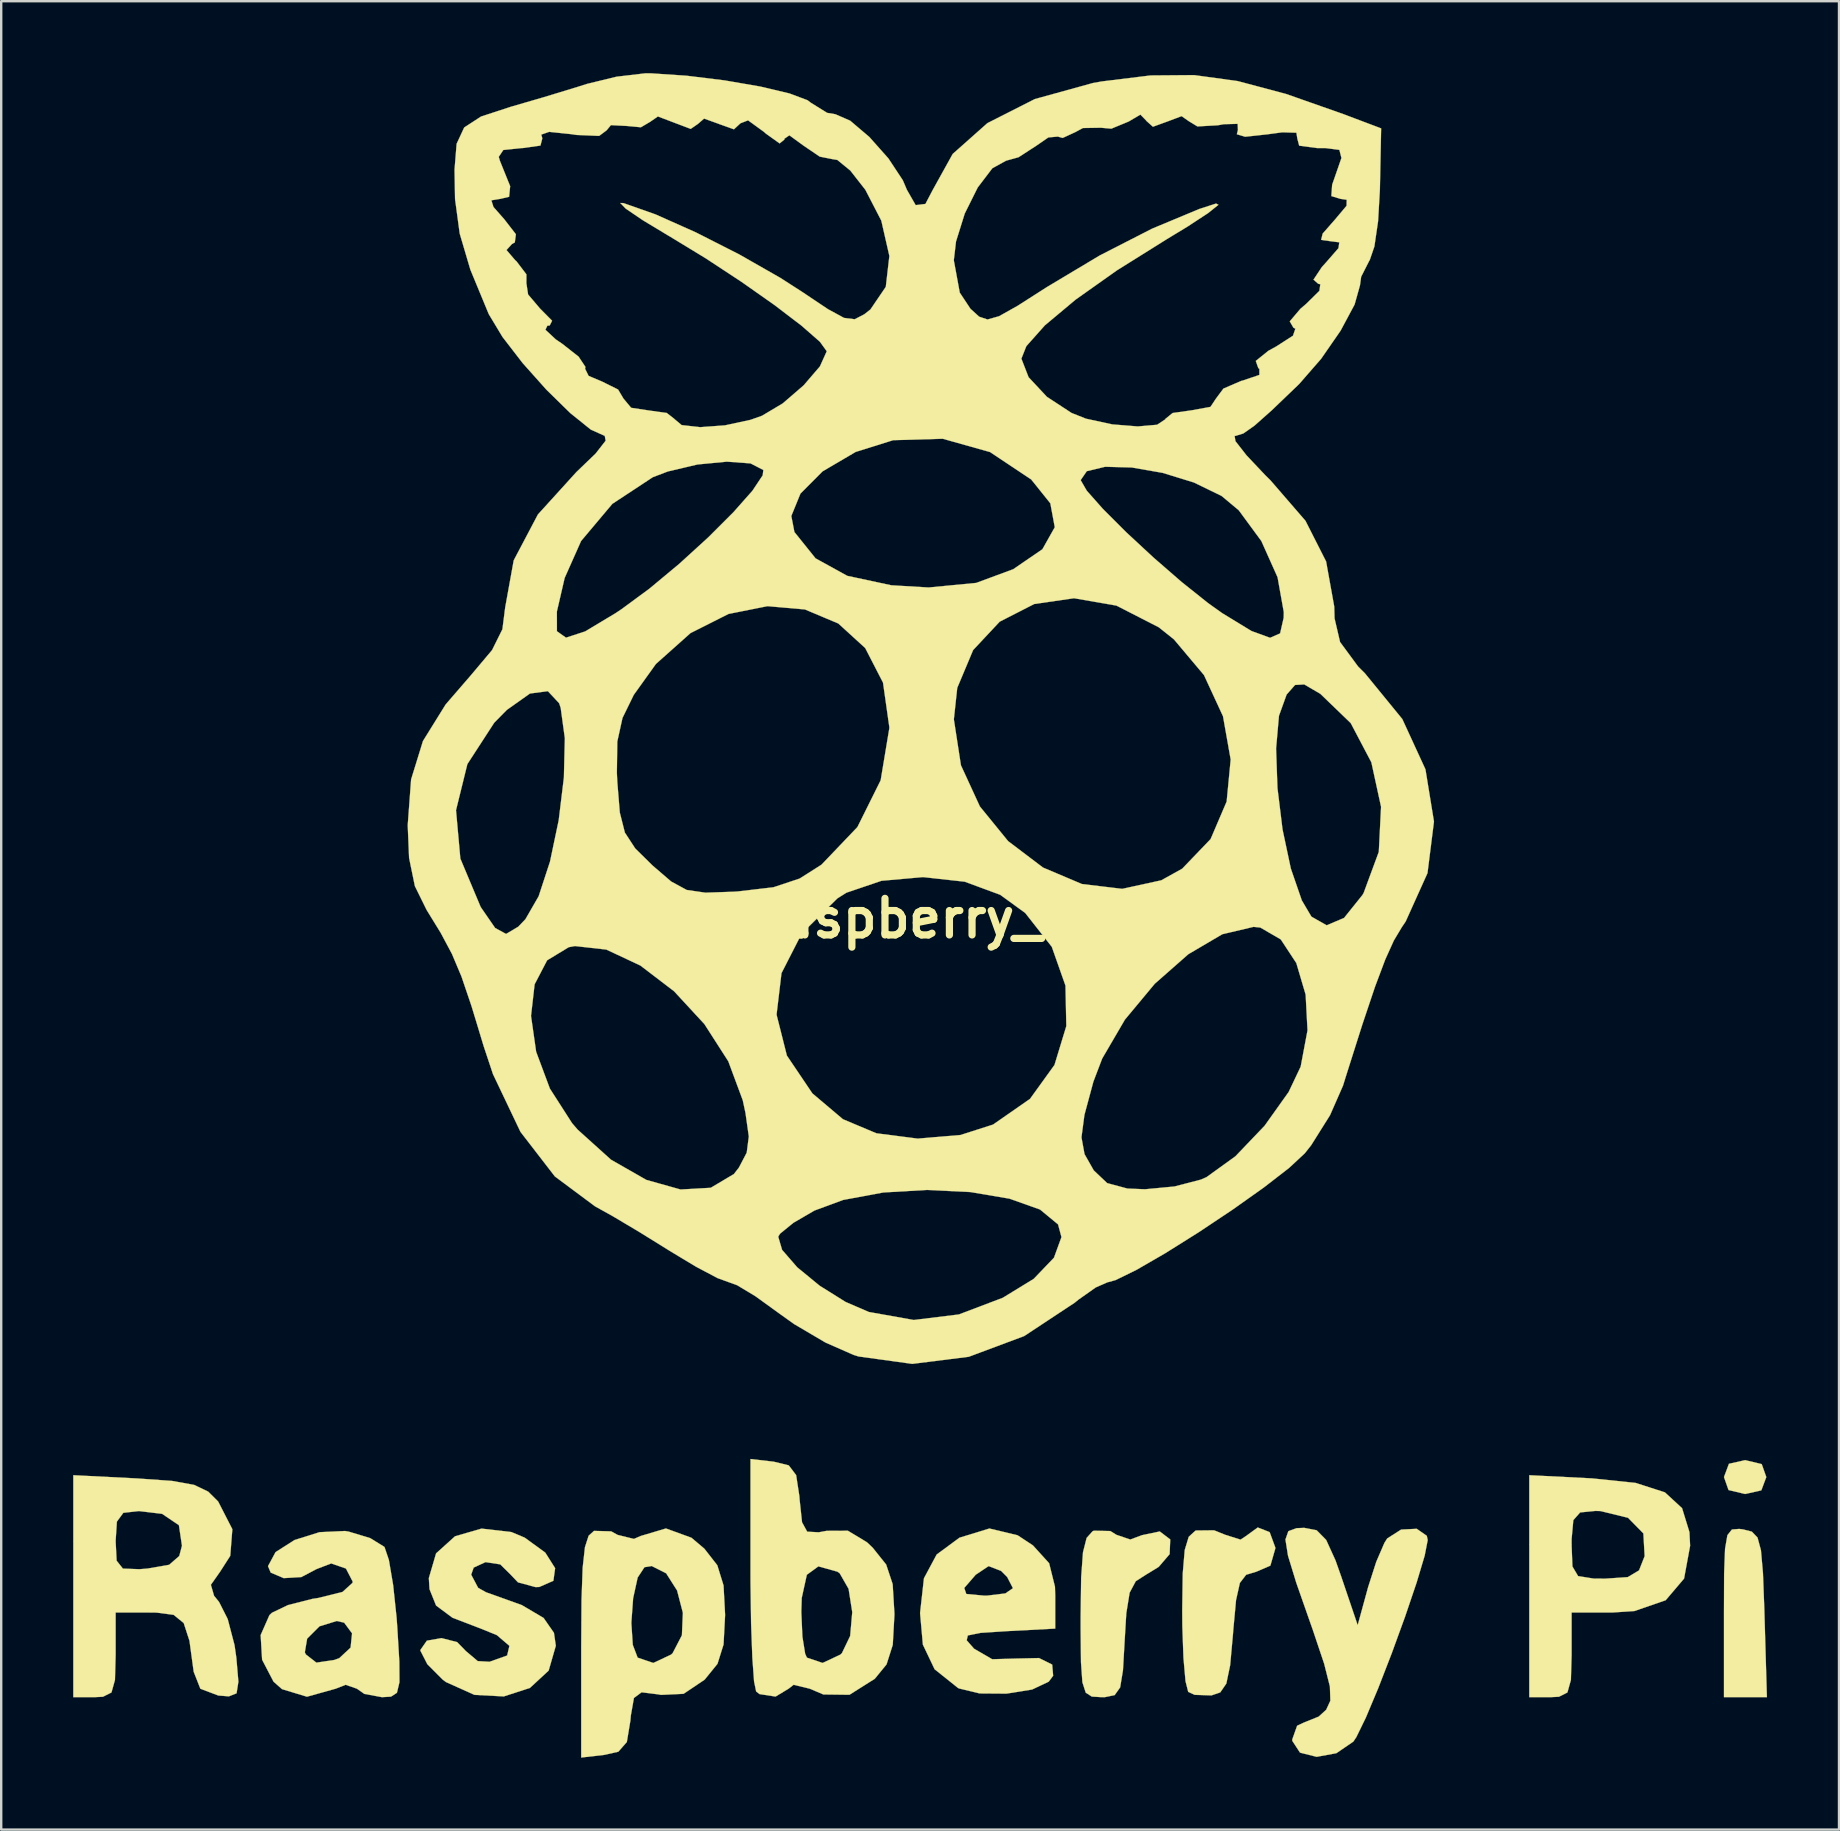
<source format=kicad_pcb>
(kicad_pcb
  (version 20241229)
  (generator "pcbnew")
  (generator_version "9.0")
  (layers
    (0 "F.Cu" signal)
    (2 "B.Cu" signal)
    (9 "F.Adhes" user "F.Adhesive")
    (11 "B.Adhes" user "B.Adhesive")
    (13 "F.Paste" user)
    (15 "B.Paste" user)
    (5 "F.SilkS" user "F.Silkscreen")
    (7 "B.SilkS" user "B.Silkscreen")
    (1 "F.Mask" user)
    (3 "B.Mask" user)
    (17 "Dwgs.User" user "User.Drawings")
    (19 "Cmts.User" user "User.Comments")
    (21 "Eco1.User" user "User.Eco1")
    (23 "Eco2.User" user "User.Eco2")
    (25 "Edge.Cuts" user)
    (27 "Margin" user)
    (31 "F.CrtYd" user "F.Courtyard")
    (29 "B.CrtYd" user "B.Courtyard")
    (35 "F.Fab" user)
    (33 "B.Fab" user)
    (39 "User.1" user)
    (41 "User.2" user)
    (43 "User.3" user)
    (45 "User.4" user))
  (footprint "Raspberry_Pi"
    (layer "F.Cu")
    (at 35.283 35.224)
    (property "Reference" "Raspberry_Pi" (at 0 0 0) (layer "F.SilkS") (effects (font (size 1.524 1.524) (thickness 0.3))))
    (attr through_hole)
    (fp_poly (pts (xy 35.087 22.743) (xy 35.278 23.283) (xy 35.071 23.837) (xy 34.396 23.989) (xy 33.704 23.824) (xy 33.514 23.283) (xy 33.721 22.73) (xy 34.396 22.578) (xy 35.087 22.743)) (stroke (width 0.01) (type solid)) (fill yes) (layer "F.SilkS"))
    (fp_poly (pts (xy 34.308 25.464) (xy 34.674 25.557) (xy 34.912 25.803) (xy 35.055 26.334) (xy 35.139 27.287) (xy 35.196 28.794) (xy 35.202 29.016) (xy 35.303 32.456) (xy 33.514 32.456) (xy 33.514 28.903) (xy 33.52 27.297) (xy 33.559 26.271) (xy 33.657 25.704) (xy 33.845 25.469) (xy 34.151 25.444) (xy 34.308 25.464)) (stroke (width 0.01) (type solid)) (fill yes) (layer "F.SilkS"))
    (fp_poly (pts (xy 7.942 25.533) (xy 8.192 25.689) (xy 8.771 25.886) (xy 9.264 25.704) (xy 10 25.55) (xy 10.437 25.882) (xy 10.412 26.495) (xy 9.956 27.027) (xy 9.43 27.348) (xy 9 27.624) (xy 8.745 28.101) (xy 8.606 28.957) (xy 8.539 30.074) (xy 8.467 31.337) (xy 8.349 32.05) (xy 8.12 32.371) (xy 7.718 32.454) (xy 7.569 32.456) (xy 7.168 32.431) (xy 6.915 32.268) (xy 6.776 31.835) (xy 6.717 31.001) (xy 6.703 29.633) (xy 6.703 29.093) (xy 6.724 27.467) (xy 6.801 26.418) (xy 6.953 25.819) (xy 7.199 25.544) (xy 7.256 25.518) (xy 7.942 25.533)) (stroke (width 0.01) (type solid)) (fill yes) (layer "F.SilkS"))
    (fp_poly (pts (xy 14.58 25.578) (xy 14.816 26.22) (xy 14.817 26.257) (xy 14.61 26.974) (xy 14.023 27.228) (xy 13.6 27.355) (xy 13.339 27.695) (xy 13.18 28.406) (xy 13.065 29.646) (xy 13.053 29.81) (xy 12.934 31.124) (xy 12.775 31.888) (xy 12.522 32.257) (xy 12.156 32.382) (xy 11.455 32.359) (xy 11.186 32.235) (xy 11.074 31.792) (xy 10.988 30.818) (xy 10.941 29.492) (xy 10.936 28.858) (xy 10.958 27.306) (xy 11.041 26.323) (xy 11.207 25.774) (xy 11.48 25.523) (xy 11.512 25.51) (xy 12.264 25.502) (xy 12.73 25.69) (xy 13.367 25.891) (xy 13.586 25.746) (xy 14.085 25.384) (xy 14.58 25.578)) (stroke (width 0.01) (type solid)) (fill yes) (layer "F.SilkS"))
    (fp_poly (pts (xy 28.015 23.338) (xy 29.832 23.527) (xy 31.052 23.92) (xy 31.768 24.58) (xy 32.074 25.574) (xy 32.103 26.146) (xy 31.851 27.514) (xy 31.085 28.416) (xy 29.784 28.866) (xy 28.861 28.928) (xy 27.164 28.928) (xy 27.164 30.692) (xy 27.135 31.739) (xy 26.989 32.261) (xy 26.636 32.439) (xy 26.282 32.456) (xy 25.4 32.456) (xy 25.4 26.106) (xy 27.164 26.106) (xy 27.198 27.009) (xy 27.435 27.41) (xy 28.079 27.513) (xy 28.568 27.517) (xy 29.503 27.453) (xy 29.974 27.172) (xy 30.208 26.58) (xy 30.155 25.631) (xy 29.515 24.98) (xy 28.369 24.7) (xy 28.155 24.694) (xy 27.519 24.757) (xy 27.236 25.079) (xy 27.165 25.861) (xy 27.164 26.106) (xy 25.4 26.106) (xy 25.4 23.206) (xy 28.015 23.338)) (stroke (width 0.01) (type solid)) (fill yes) (layer "F.SilkS"))
    (fp_poly (pts (xy 16.539 25.5) (xy 16.935 25.902) (xy 17.325 26.758) (xy 17.562 27.428) (xy 18.249 29.457) (xy 18.684 27.869) (xy 19.022 26.817) (xy 19.364 26.024) (xy 19.48 25.841) (xy 20.059 25.472) (xy 20.709 25.439) (xy 21.129 25.731) (xy 21.167 25.909) (xy 21.041 26.558) (xy 20.706 27.677) (xy 20.228 29.089) (xy 19.672 30.617) (xy 19.104 32.083) (xy 18.588 33.311) (xy 18.191 34.124) (xy 18.068 34.308) (xy 17.361 34.791) (xy 16.539 34.942) (xy 15.846 34.768) (xy 15.525 34.278) (xy 15.522 34.219) (xy 15.725 33.647) (xy 16.008 33.514) (xy 16.625 33.265) (xy 16.937 32.98) (xy 17.11 32.604) (xy 17.091 32.012) (xy 16.853 31.066) (xy 16.371 29.63) (xy 16.275 29.358) (xy 15.689 27.686) (xy 15.346 26.565) (xy 15.238 25.885) (xy 15.36 25.538) (xy 15.703 25.413) (xy 16.022 25.4) (xy 16.539 25.5)) (stroke (width 0.01) (type solid)) (fill yes) (layer "F.SilkS"))
    (fp_poly (pts (xy 4.075 25.709) (xy 4.715 26.131) (xy 5.39 26.875) (xy 5.633 27.852) (xy 5.644 28.23) (xy 5.644 29.598) (xy 3.638 29.704) (xy 2.524 29.777) (xy 2.001 29.884) (xy 1.954 30.086) (xy 2.262 30.437) (xy 3.017 30.875) (xy 4.051 30.846) (xy 4.969 30.826) (xy 5.517 31.098) (xy 5.557 31.563) (xy 5.374 31.809) (xy 4.682 32.137) (xy 3.615 32.308) (xy 2.492 32.3) (xy 1.632 32.092) (xy 1.587 32.068) (xy 0.618 31.294) (xy 0.128 30.266) (xy 0.011 28.949) (xy 0.128 27.905) (xy 1.852 27.905) (xy 1.938 28.156) (xy 2.654 28.222) (xy 2.822 28.222) (xy 3.565 28.132) (xy 3.88 27.916) (xy 3.881 27.913) (xy 3.64 27.447) (xy 3.389 27.195) (xy 2.868 26.994) (xy 2.33 27.353) (xy 1.852 27.905) (xy 0.128 27.905) (xy 0.173 27.501) (xy 0.702 26.512) (xy 1.653 25.81) (xy 2.9 25.427) (xy 4.075 25.709)) (stroke (width 0.01) (type solid)) (fill yes) (layer "F.SilkS"))
    (fp_poly (pts (xy -17.019 25.575) (xy -16.469 25.806) (xy -15.609 26.431) (xy -15.198 27.08) (xy -15.27 27.605) (xy -15.856 27.863) (xy -16.014 27.869) (xy -16.745 27.672) (xy -17.061 27.34) (xy -17.484 26.922) (xy -18.1 26.828) (xy -18.592 27.055) (xy -18.697 27.351) (xy -18.406 27.9) (xy -18.08 28.083) (xy -16.585 28.619) (xy -15.678 29.155) (xy -15.247 29.775) (xy -15.169 30.313) (xy -15.468 31.349) (xy -16.248 32.07) (xy -17.337 32.425) (xy -18.561 32.36) (xy -19.748 31.826) (xy -19.884 31.724) (xy -20.524 31.082) (xy -20.813 30.518) (xy -20.814 30.49) (xy -20.543 30.101) (xy -19.931 29.995) (xy -19.281 30.162) (xy -18.913 30.54) (xy -18.423 30.953) (xy -17.933 30.981) (xy -17.198 30.72) (xy -17.103 30.317) (xy -17.626 29.871) (xy -18.238 29.621) (xy -19.475 29.146) (xy -20.159 28.638) (xy -20.433 27.956) (xy -20.461 27.493) (xy -20.159 26.463) (xy -19.369 25.751) (xy -18.264 25.431) (xy -17.019 25.575)) (stroke (width 0.01) (type solid)) (fill yes) (layer "F.SilkS"))
    (fp_poly (pts (xy -32.594 23.342) (xy -31.16 23.444) (xy -30.244 23.609) (xy -29.656 23.89) (xy -29.242 24.301) (xy -28.65 25.456) (xy -28.737 26.565) (xy -29.159 27.224) (xy -29.545 27.773) (xy -29.412 28.231) (xy -29.204 28.487) (xy -28.843 29.201) (xy -28.559 30.287) (xy -28.485 30.799) (xy -28.398 31.812) (xy -28.474 32.295) (xy -28.794 32.422) (xy -29.234 32.387) (xy -29.982 32.106) (xy -30.261 31.397) (xy -30.437 30.106) (xy -30.678 29.366) (xy -31.098 29.025) (xy -31.812 28.931) (xy -32.109 28.928) (xy -33.514 28.928) (xy -33.514 30.692) (xy -33.542 31.739) (xy -33.688 32.261) (xy -34.042 32.439) (xy -34.396 32.456) (xy -35.278 32.456) (xy -35.278 25.95) (xy -33.514 25.95) (xy -33.473 26.768) (xy -33.212 27.098) (xy -32.522 27.123) (xy -32.191 27.097) (xy -31.282 26.939) (xy -30.862 26.572) (xy -30.749 26.145) (xy -30.877 25.289) (xy -31.577 24.816) (xy -32.544 24.7) (xy -33.193 24.773) (xy -33.462 25.14) (xy -33.514 25.95) (xy -35.278 25.95) (xy -35.278 23.206) (xy -32.594 23.342)) (stroke (width 0.01) (type solid)) (fill yes) (layer "F.SilkS"))
    (fp_poly (pts (xy -9.517 25.812) (xy -8.98 26.266) (xy -8.439 26.959) (xy -8.179 27.801) (xy -8.114 29.027) (xy -8.179 30.261) (xy -8.431 31.066) (xy -8.956 31.713) (xy -8.981 31.736) (xy -9.844 32.316) (xy -10.785 32.361) (xy -10.9 32.339) (xy -11.595 32.253) (xy -11.914 32.49) (xy -12.043 33.223) (xy -12.062 33.439) (xy -12.209 34.324) (xy -12.563 34.729) (xy -13.141 34.86) (xy -14.111 34.972) (xy -14.111 30.351) (xy -14.104 29.358) (xy -12.022 29.358) (xy -11.962 30.277) (xy -11.759 30.809) (xy -11.106 31.03) (xy -10.367 30.683) (xy -10.301 30.621) (xy -9.914 29.876) (xy -9.874 28.939) (xy -10.115 28.011) (xy -10.57 27.295) (xy -11.174 26.99) (xy -11.475 27.04) (xy -11.758 27.47) (xy -11.947 28.332) (xy -12.022 29.358) (xy -14.104 29.358) (xy -14.098 28.408) (xy -14.05 27.061) (xy -13.955 26.204) (xy -13.802 25.728) (xy -13.578 25.526) (xy -13.577 25.526) (xy -12.86 25.546) (xy -12.595 25.693) (xy -11.914 25.861) (xy -11.63 25.738) (xy -10.58 25.425) (xy -9.517 25.812)) (stroke (width 0.01) (type solid)) (fill yes) (layer "F.SilkS"))
    (fp_poly (pts (xy -6.085 22.643) (xy -5.462 22.795) (xy -5.154 23.201) (xy -5.02 24.073) (xy -5.007 24.241) (xy -4.908 25.168) (xy -4.693 25.559) (xy -4.213 25.585) (xy -3.884 25.524) (xy -2.997 25.52) (xy -2.201 26.001) (xy -1.964 26.226) (xy -1.402 26.928) (xy -1.131 27.746) (xy -1.058 28.966) (xy -1.058 29.027) (xy -1.127 30.277) (xy -1.386 31.09) (xy -1.875 31.689) (xy -2.931 32.356) (xy -4.02 32.343) (xy -4.588 32.102) (xy -5.259 31.94) (xy -5.467 32.102) (xy -6.012 32.431) (xy -6.679 32.328) (xy -6.82 32.22) (xy -6.907 31.799) (xy -6.979 30.809) (xy -7.031 29.39) (xy -7.038 28.898) (xy -4.939 28.898) (xy -4.893 29.934) (xy -4.777 30.652) (xy -4.704 30.809) (xy -4.051 31.03) (xy -3.311 30.683) (xy -3.246 30.621) (xy -2.902 29.905) (xy -2.815 28.912) (xy -2.968 27.941) (xy -3.342 27.288) (xy -3.44 27.224) (xy -4.227 27.005) (xy -4.708 27.355) (xy -4.92 28.318) (xy -4.939 28.898) (xy -7.038 28.898) (xy -7.055 27.678) (xy -7.056 27.258) (xy -7.056 22.531) (xy -6.085 22.643)) (stroke (width 0.01) (type solid)) (fill yes) (layer "F.SilkS"))
    (fp_poly (pts (xy -23.805 25.555) (xy -22.904 25.828) (xy -22.319 26.189) (xy -22.307 26.203) (xy -22.126 26.739) (xy -21.949 27.782) (xy -21.806 29.134) (xy -21.776 29.545) (xy -21.691 30.97) (xy -21.686 31.832) (xy -21.791 32.273) (xy -22.038 32.434) (xy -22.414 32.456) (xy -23.148 32.32) (xy -23.46 32.102) (xy -23.929 31.94) (xy -24.34 32.102) (xy -25.54 32.437) (xy -26.581 32.121) (xy -26.933 31.81) (xy -27.41 30.895) (xy -27.428 30.586) (xy -25.629 30.586) (xy -25.586 30.676) (xy -25.147 31.017) (xy -24.4 30.905) (xy -24.194 30.83) (xy -23.722 30.39) (xy -23.661 29.796) (xy -23.99 29.351) (xy -24.298 29.281) (xy -25.018 29.503) (xy -25.533 30.016) (xy -25.629 30.586) (xy -27.428 30.586) (xy -27.47 29.868) (xy -27.104 29.037) (xy -27.001 28.939) (xy -26.331 28.618) (xy -25.317 28.36) (xy -25.061 28.32) (xy -24.058 28.07) (xy -23.642 27.691) (xy -23.636 27.636) (xy -23.916 27.095) (xy -24.531 26.883) (xy -25.141 27.117) (xy -25.141 27.117) (xy -25.775 27.451) (xy -26.508 27.495) (xy -27.051 27.265) (xy -27.164 26.997) (xy -26.849 26.411) (xy -26.057 25.906) (xy -25.016 25.58) (xy -23.954 25.531) (xy -23.805 25.555)) (stroke (width 0.01) (type solid)) (fill yes) (layer "F.SilkS"))
    (fp_poly (pts (xy -9.718 -35.118) (xy -8.131 -34.923) (xy -6.642 -34.666) (xy -5.431 -34.379) (xy -4.677 -34.096) (xy -4.546 -33.995) (xy -3.863 -33.571) (xy -3.521 -33.514) (xy -2.901 -33.244) (xy -2.102 -32.565) (xy -1.309 -31.672) (xy -0.707 -30.76) (xy -0.537 -30.362) (xy -0.172 -29.725) (xy 0.234 -29.775) (xy 0.53 -30.341) (xy 1.371 -31.858) (xy 2.818 -33.143) (xy 4.793 -34.145) (xy 7.222 -34.816) (xy 7.599 -34.882) (xy 9.619 -35.13) (xy 11.432 -35.144) (xy 13.244 -34.896) (xy 15.262 -34.359) (xy 17.639 -33.523) (xy 19.226 -32.924) (xy 19.174 -30.362) (xy 19.098 -29.05) (xy 18.945 -28.002) (xy 18.749 -27.43) (xy 18.733 -27.411) (xy 18.393 -26.74) (xy 18.344 -26.381) (xy 18.121 -25.585) (xy 17.537 -24.494) (xy 16.726 -23.322) (xy 15.818 -22.28) (xy 15.762 -22.225) (xy 14.666 -21.173) (xy 13.945 -20.533) (xy 13.483 -20.209) (xy 13.163 -20.11) (xy 13.119 -20.108) (xy 13.155 -19.887) (xy 13.613 -19.301) (xy 14.401 -18.466) (xy 14.614 -18.256) (xy 16.074 -16.568) (xy 16.933 -14.874) (xy 17.271 -12.998) (xy 17.284 -12.505) (xy 17.514 -11.518) (xy 18.267 -10.496) (xy 18.552 -10.212) (xy 20.109 -8.306) (xy 21.073 -6.211) (xy 21.428 -4.036) (xy 21.158 -1.887) (xy 20.249 0.128) (xy 20.088 0.367) (xy 19.756 0.922) (xy 19.398 1.713) (xy 18.972 2.846) (xy 18.441 4.428) (xy 17.763 6.565) (xy 17.637 6.971) (xy 17.097 8.201) (xy 16.311 9.453) (xy 16.041 9.794) (xy 15.388 10.401) (xy 14.338 11.214) (xy 13.034 12.139) (xy 11.62 13.082) (xy 10.24 13.948) (xy 9.037 14.644) (xy 8.157 15.075) (xy 7.814 15.169) (xy 7.334 15.379) (xy 6.603 15.895) (xy 6.457 16.015) (xy 4.35 17.407) (xy 2.04 18.27) (xy -0.314 18.566) (xy -2.554 18.257) (xy -2.755 18.195) (xy -3.927 17.679) (xy -5.237 16.908) (xy -5.899 16.435) (xy -6.847 15.749) (xy -7.61 15.289) (xy -7.941 15.169) (xy -8.43 14.991) (xy -9.317 14.522) (xy -10.412 13.863) (xy -10.44 13.845) (xy -11.376 13.264) (xy -5.901 13.264) (xy -5.74 13.813) (xy -5.11 14.54) (xy -4.173 15.309) (xy -3.094 15.984) (xy -2.125 16.403) (xy -0.251 16.737) (xy 1.629 16.506) (xy 3.458 15.812) (xy 4.748 15.022) (xy 5.591 14.142) (xy 5.904 13.282) (xy 5.762 12.753) (xy 5.01 12.133) (xy 3.738 11.681) (xy 2.113 11.406) (xy 0.304 11.317) (xy -1.521 11.423) (xy -3.195 11.734) (xy -4.391 12.176) (xy -5.267 12.686) (xy -5.822 13.138) (xy -5.901 13.264) (xy -11.376 13.264) (xy -11.664 13.085) (xy -12.8 12.409) (xy -13.536 11.999) (xy -15.209 10.754) (xy -16.642 8.897) (xy -17.788 6.491) (xy -18.171 5.341) (xy -18.558 4.064) (xy -16.203 4.064) (xy -15.989 5.559) (xy -15.417 7.093) (xy -14.494 8.531) (xy -14.262 8.801) (xy -12.869 10.057) (xy -11.396 10.899) (xy -9.969 11.299) (xy -8.711 11.227) (xy -7.748 10.654) (xy -7.541 10.389) (xy -7.213 9.763) (xy -7.126 9.091) (xy -7.264 8.112) (xy -7.378 7.58) (xy -7.981 5.956) (xy -8.977 4.405) (xy -9.34 4.012) (xy -5.97 4.012) (xy -5.54 5.717) (xy -4.477 7.293) (xy -3.203 8.37) (xy -1.81 8.956) (xy -0.086 9.178) (xy 0.531 9.126) (xy 6.737 9.126) (xy 6.865 9.825) (xy 7.245 10.495) (xy 7.252 10.505) (xy 7.808 11.032) (xy 8.65 11.259) (xy 9.386 11.289) (xy 10.614 11.173) (xy 11.717 10.886) (xy 11.95 10.783) (xy 13.154 9.914) (xy 14.369 8.643) (xy 15.372 7.235) (xy 15.873 6.179) (xy 16.158 4.668) (xy 16.08 3.177) (xy 15.691 1.861) (xy 15.044 0.877) (xy 14.192 0.382) (xy 13.909 0.353) (xy 12.608 0.66) (xy 11.19 1.494) (xy 9.792 2.724) (xy 8.55 4.216) (xy 7.601 5.841) (xy 7.235 6.801) (xy 6.861 8.188) (xy 6.737 9.126) (xy 0.531 9.126) (xy 1.693 9.028) (xy 3.053 8.593) (xy 4.593 7.522) (xy 5.613 6.108) (xy 6.106 4.489) (xy 6.071 2.802) (xy 5.501 1.185) (xy 4.394 -0.225) (xy 3.351 -0.983) (xy 1.872 -1.529) (xy 0.135 -1.721) (xy -1.596 -1.567) (xy -3.057 -1.071) (xy -3.436 -0.833) (xy -4.921 0.632) (xy -5.764 2.282) (xy -5.97 4.012) (xy -9.34 4.012) (xy -10.241 3.037) (xy -11.645 1.965) (xy -13.064 1.3) (xy -14.371 1.153) (xy -14.631 1.201) (xy -15.531 1.747) (xy -16.053 2.748) (xy -16.203 4.064) (xy -18.558 4.064) (xy -18.686 3.645) (xy -19.1 2.425) (xy -19.499 1.479) (xy -19.967 0.602) (xy -20.554 -0.353) (xy -21.043 -1.346) (xy -21.284 -2.518) (xy -21.341 -3.881) (xy -21.295 -4.507) (xy -19.329 -4.507) (xy -19.148 -2.492) (xy -18.307 -0.489) (xy -18.278 -0.441) (xy -17.698 0.4) (xy -17.242 0.648) (xy -16.735 0.347) (xy -16.436 0.035) (xy -15.885 -0.921) (xy -15.411 -2.368) (xy -15.049 -4.09) (xy -14.832 -5.875) (xy -14.828 -6.066) (xy -12.625 -6.066) (xy -12.607 -5.688) (xy -12.503 -4.412) (xy -12.292 -3.576) (xy -11.861 -2.916) (xy -11.144 -2.209) (xy -10.362 -1.537) (xy -9.715 -1.185) (xy -8.933 -1.071) (xy -7.746 -1.112) (xy -7.59 -1.122) (xy -6.1 -1.297) (xy -5.007 -1.66) (xy -4.096 -2.239) (xy -2.6 -3.806) (xy -1.631 -5.755) (xy -1.271 -7.92) (xy -1.27 -7.972) (xy -1.316 -8.296) (xy 1.419 -8.296) (xy 1.714 -6.38) (xy 2.504 -4.664) (xy 3.68 -3.22) (xy 5.134 -2.119) (xy 6.755 -1.432) (xy 8.435 -1.231) (xy 10.064 -1.587) (xy 10.936 -2.072) (xy 12.119 -3.305) (xy 12.788 -4.868) (xy 12.956 -6.62) (xy 12.874 -7.082) (xy 14.848 -7.082) (xy 14.905 -5.438) (xy 15.117 -3.706) (xy 15.462 -2.079) (xy 15.92 -0.751) (xy 16.32 -0.073) (xy 16.956 0.288) (xy 17.681 -0.019) (xy 18.444 -0.97) (xy 18.496 -1.057) (xy 19.129 -2.772) (xy 19.223 -4.651) (xy 18.819 -6.504) (xy 17.959 -8.138) (xy 16.692 -9.359) (xy 16.021 -9.751) (xy 15.638 -9.728) (xy 15.287 -9.328) (xy 14.968 -8.443) (xy 14.848 -7.082) (xy 12.874 -7.082) (xy 12.636 -8.424) (xy 11.843 -10.14) (xy 10.59 -11.629) (xy 9.959 -12.132) (xy 8.196 -13.035) (xy 6.428 -13.342) (xy 4.769 -13.102) (xy 3.33 -12.366) (xy 2.223 -11.184) (xy 1.56 -9.606) (xy 1.419 -8.296) (xy -1.316 -8.296) (xy -1.533 -9.825) (xy -2.276 -11.268) (xy -3.395 -12.289) (xy -4.787 -12.875) (xy -6.347 -13.012) (xy -7.971 -12.688) (xy -9.556 -11.89) (xy -10.998 -10.603) (xy -11.921 -9.315) (xy -12.391 -8.353) (xy -12.607 -7.371) (xy -12.625 -6.066) (xy -14.828 -6.066) (xy -14.793 -7.507) (xy -14.966 -8.773) (xy -15.031 -8.967) (xy -15.5 -9.469) (xy -16.247 -9.371) (xy -17.209 -8.69) (xy -17.736 -8.155) (xy -18.856 -6.429) (xy -19.329 -4.507) (xy -21.295 -4.507) (xy -21.2 -5.792) (xy -20.706 -7.392) (xy -19.761 -8.914) (xy -18.699 -10.143) (xy -17.826 -11.181) (xy -17.395 -12.048) (xy -17.301 -12.787) (xy -15.125 -12.787) (xy -15.123 -11.966) (xy -14.745 -11.699) (xy -13.945 -11.96) (xy -12.676 -12.722) (xy -12.429 -12.887) (xy -11.265 -13.744) (xy -10.027 -14.775) (xy -8.825 -15.871) (xy -7.925 -16.77) (xy -5.355 -16.77) (xy -5.226 -16.102) (xy -4.345 -15.005) (xy -3.024 -14.276) (xy -1.186 -13.882) (xy 0.366 -13.79) (xy 2.351 -13.981) (xy 3.894 -14.552) (xy 5.109 -15.384) (xy 5.625 -16.301) (xy 5.44 -17.298) (xy 4.665 -18.265) (xy 6.703 -18.265) (xy 6.956 -17.827) (xy 7.63 -17.065) (xy 8.599 -16.096) (xy 9.737 -15.04) (xy 10.915 -14.017) (xy 12.008 -13.144) (xy 12.602 -12.721) (xy 13.823 -11.976) (xy 14.598 -11.694) (xy 15.016 -11.877) (xy 15.164 -12.525) (xy 15.169 -12.765) (xy 14.91 -14.217) (xy 14.234 -15.727) (xy 13.293 -17.008) (xy 12.576 -17.606) (xy 11.423 -18.166) (xy 10.121 -18.567) (xy 8.833 -18.792) (xy 7.724 -18.821) (xy 6.96 -18.638) (xy 6.703 -18.265) (xy 4.665 -18.265) (xy 4.644 -18.291) (xy 2.929 -19.434) (xy 0.955 -19.989) (xy -1.11 -19.929) (xy -2.674 -19.439) (xy -4.053 -18.629) (xy -4.974 -17.704) (xy -5.355 -16.77) (xy -7.925 -16.77) (xy -7.771 -16.923) (xy -6.975 -17.823) (xy -6.548 -18.463) (xy -6.52 -18.687) (xy -7.055 -18.962) (xy -8.042 -19.034) (xy -9.263 -18.917) (xy -10.499 -18.626) (xy -11.127 -18.387) (xy -12.814 -17.276) (xy -14.116 -15.728) (xy -14.801 -14.188) (xy -15.125 -12.787) (xy -17.301 -12.787) (xy -17.278 -12.965) (xy -16.924 -14.921) (xy -15.915 -16.834) (xy -14.304 -18.609) (xy -14.288 -18.623) (xy -13.509 -19.373) (xy -13.093 -19.907) (xy -13.129 -20.108) (xy -13.711 -20.37) (xy -14.567 -21.059) (xy -15.558 -22.03) (xy -16.545 -23.135) (xy -17.391 -24.231) (xy -17.956 -25.17) (xy -17.976 -25.212) (xy -18.731 -27.038) (xy -19.174 -28.538) (xy -19.362 -29.926) (xy -17.856 -29.926) (xy -17.767 -29.647) (xy -17.322 -29.142) (xy -16.833 -28.511) (xy -16.878 -28.171) (xy -16.996 -28.106) (xy -17.225 -27.854) (xy -16.862 -27.429) (xy -16.81 -27.386) (xy -16.395 -26.84) (xy -16.396 -26.472) (xy -16.325 -26.002) (xy -15.822 -25.409) (xy -15.814 -25.402) (xy -15.324 -24.908) (xy -15.425 -24.709) (xy -15.522 -24.7) (xy -15.603 -24.531) (xy -15.17 -24.129) (xy -14.905 -23.949) (xy -14.22 -23.411) (xy -13.935 -22.983) (xy -13.95 -22.907) (xy -13.802 -22.609) (xy -13.244 -22.373) (xy -12.575 -22.041) (xy -12.347 -21.658) (xy -12.029 -21.279) (xy -11.289 -21.167) (xy -10.546 -21.064) (xy -10.231 -20.818) (xy -10.231 -20.814) (xy -9.925 -20.558) (xy -9.151 -20.472) (xy -8.123 -20.547) (xy -7.056 -20.777) (xy -6.574 -20.948) (xy -5.708 -21.465) (xy -4.838 -22.217) (xy -4.162 -23.005) (xy -3.881 -23.628) (xy -3.881 -23.641) (xy -4.162 -24.03) (xy -4.926 -24.699) (xy -6.054 -25.56) (xy -7.426 -26.525) (xy -8.921 -27.508) (xy -10.421 -28.421) (xy -10.453 -28.439) (xy -11.552 -29.102) (xy -12.257 -29.581) (xy -12.482 -29.814) (xy -12.347 -29.809) (xy -11.016 -29.34) (xy -9.33 -28.588) (xy -7.521 -27.669) (xy -5.816 -26.696) (xy -4.904 -26.11) (xy -3.83 -25.391) (xy -3.16 -25.026) (xy -2.714 -24.969) (xy -2.315 -25.175) (xy -2.057 -25.378) (xy -1.417 -26.32) (xy -1.289 -27.428) (xy 1.417 -27.428) (xy 1.665 -26.079) (xy 2.112 -25.404) (xy 2.474 -25.076) (xy 2.821 -24.959) (xy 3.305 -25.096) (xy 4.077 -25.53) (xy 5.289 -26.305) (xy 5.299 -26.311) (xy 7.493 -27.624) (xy 9.683 -28.745) (xy 11.647 -29.564) (xy 12.347 -29.791) (xy 12.447 -29.739) (xy 12.019 -29.396) (xy 11.146 -28.824) (xy 10.302 -28.312) (xy 8.214 -27.006) (xy 6.494 -25.788) (xy 5.213 -24.716) (xy 4.439 -23.847) (xy 4.233 -23.327) (xy 4.533 -22.554) (xy 5.296 -21.737) (xy 6.322 -21.065) (xy 6.921 -20.826) (xy 8.024 -20.587) (xy 9.083 -20.502) (xy 9.889 -20.572) (xy 10.23 -20.797) (xy 10.231 -20.814) (xy 10.537 -21.062) (xy 11.276 -21.167) (xy 11.289 -21.167) (xy 12.113 -21.317) (xy 12.347 -21.668) (xy 12.654 -22.08) (xy 13.396 -22.399) (xy 13.453 -22.412) (xy 14.152 -22.649) (xy 14.152 -22.902) (xy 14.107 -22.933) (xy 14.002 -23.232) (xy 14.527 -23.655) (xy 14.853 -23.834) (xy 15.552 -24.283) (xy 15.652 -24.574) (xy 15.57 -24.618) (xy 15.418 -24.881) (xy 15.863 -25.406) (xy 16.099 -25.607) (xy 16.653 -26.152) (xy 16.692 -26.429) (xy 16.607 -26.446) (xy 16.407 -26.619) (xy 16.757 -27.146) (xy 16.933 -27.34) (xy 17.447 -27.93) (xy 17.483 -28.175) (xy 17.11 -28.222) (xy 16.725 -28.277) (xy 16.79 -28.539) (xy 17.286 -29.104) (xy 17.786 -29.698) (xy 17.791 -29.949) (xy 17.533 -29.986) (xy 17.152 -30.102) (xy 17.184 -30.574) (xy 17.295 -30.891) (xy 17.572 -31.691) (xy 17.486 -32.028) (xy 16.916 -32.102) (xy 16.56 -32.103) (xy 15.811 -32.203) (xy 15.731 -32.508) (xy 15.732 -32.509) (xy 15.695 -32.743) (xy 15.107 -32.76) (xy 14.492 -32.677) (xy 13.558 -32.575) (xy 13.213 -32.679) (xy 13.258 -32.855) (xy 13.247 -33.113) (xy 12.67 -33.098) (xy 12.427 -33.054) (xy 11.57 -33.005) (xy 11.209 -33.225) (xy 10.91 -33.434) (xy 10.33 -33.215) (xy 9.715 -32.992) (xy 9.438 -33.24) (xy 9.434 -33.252) (xy 9.194 -33.498) (xy 8.705 -33.21) (xy 7.983 -32.912) (xy 7.545 -32.951) (xy 6.799 -32.939) (xy 6.473 -32.764) (xy 5.953 -32.525) (xy 5.753 -32.582) (xy 5.358 -32.547) (xy 4.848 -32.196) (xy 4.115 -31.721) (xy 3.597 -31.578) (xy 3.024 -31.263) (xy 2.413 -30.46) (xy 1.873 -29.375) (xy 1.509 -28.21) (xy 1.417 -27.428) (xy -1.289 -27.428) (xy -1.268 -27.606) (xy -1.604 -29.078) (xy -2.268 -30.364) (xy -2.896 -31.166) (xy -3.438 -31.609) (xy -3.636 -31.641) (xy -4.171 -31.747) (xy -4.851 -32.209) (xy -5.435 -32.635) (xy -5.643 -32.493) (xy -5.644 -32.456) (xy -5.842 -32.297) (xy -6.42 -32.71) (xy -6.488 -32.773) (xy -7.157 -33.259) (xy -7.475 -33.136) (xy -7.746 -32.885) (xy -8.36 -33.104) (xy -8.367 -33.108) (xy -8.99 -33.332) (xy -9.249 -33.108) (xy -9.547 -32.902) (xy -10.231 -33.161) (xy -10.915 -33.421) (xy -11.212 -33.216) (xy -11.213 -33.212) (xy -11.623 -32.97) (xy -12.2 -33.024) (xy -12.874 -33.059) (xy -13.053 -32.842) (xy -13.364 -32.61) (xy -14.308 -32.65) (xy -14.518 -32.682) (xy -15.446 -32.779) (xy -15.776 -32.665) (xy -15.732 -32.509) (xy -15.81 -32.207) (xy -16.553 -32.103) (xy -16.597 -32.103) (xy -17.358 -32.023) (xy -17.548 -31.737) (xy -17.5 -31.574) (xy -17.165 -30.744) (xy -17.072 -30.515) (xy -17.116 -30.073) (xy -17.486 -29.986) (xy -17.856 -29.926) (xy -19.362 -29.926) (xy -19.369 -29.979) (xy -19.39 -31.207) (xy -19.303 -32.282) (xy -18.987 -32.961) (xy -18.286 -33.417) (xy -17.049 -33.822) (xy -15.661 -34.226) (xy -14.255 -34.655) (xy -13.87 -34.777) (xy -12.638 -35.077) (xy -11.447 -35.217) (xy -11.225 -35.219) (xy -9.718 -35.118)) (stroke (width 0.01) (type solid)) (fill yes) (layer "F.SilkS")))
  (gr_rect
    (start -3 -3)
    (end 73.591 73.2)
    (stroke (width 0.1) (type default))
    (fill no)
    (layer "Edge.Cuts")))
</source>
